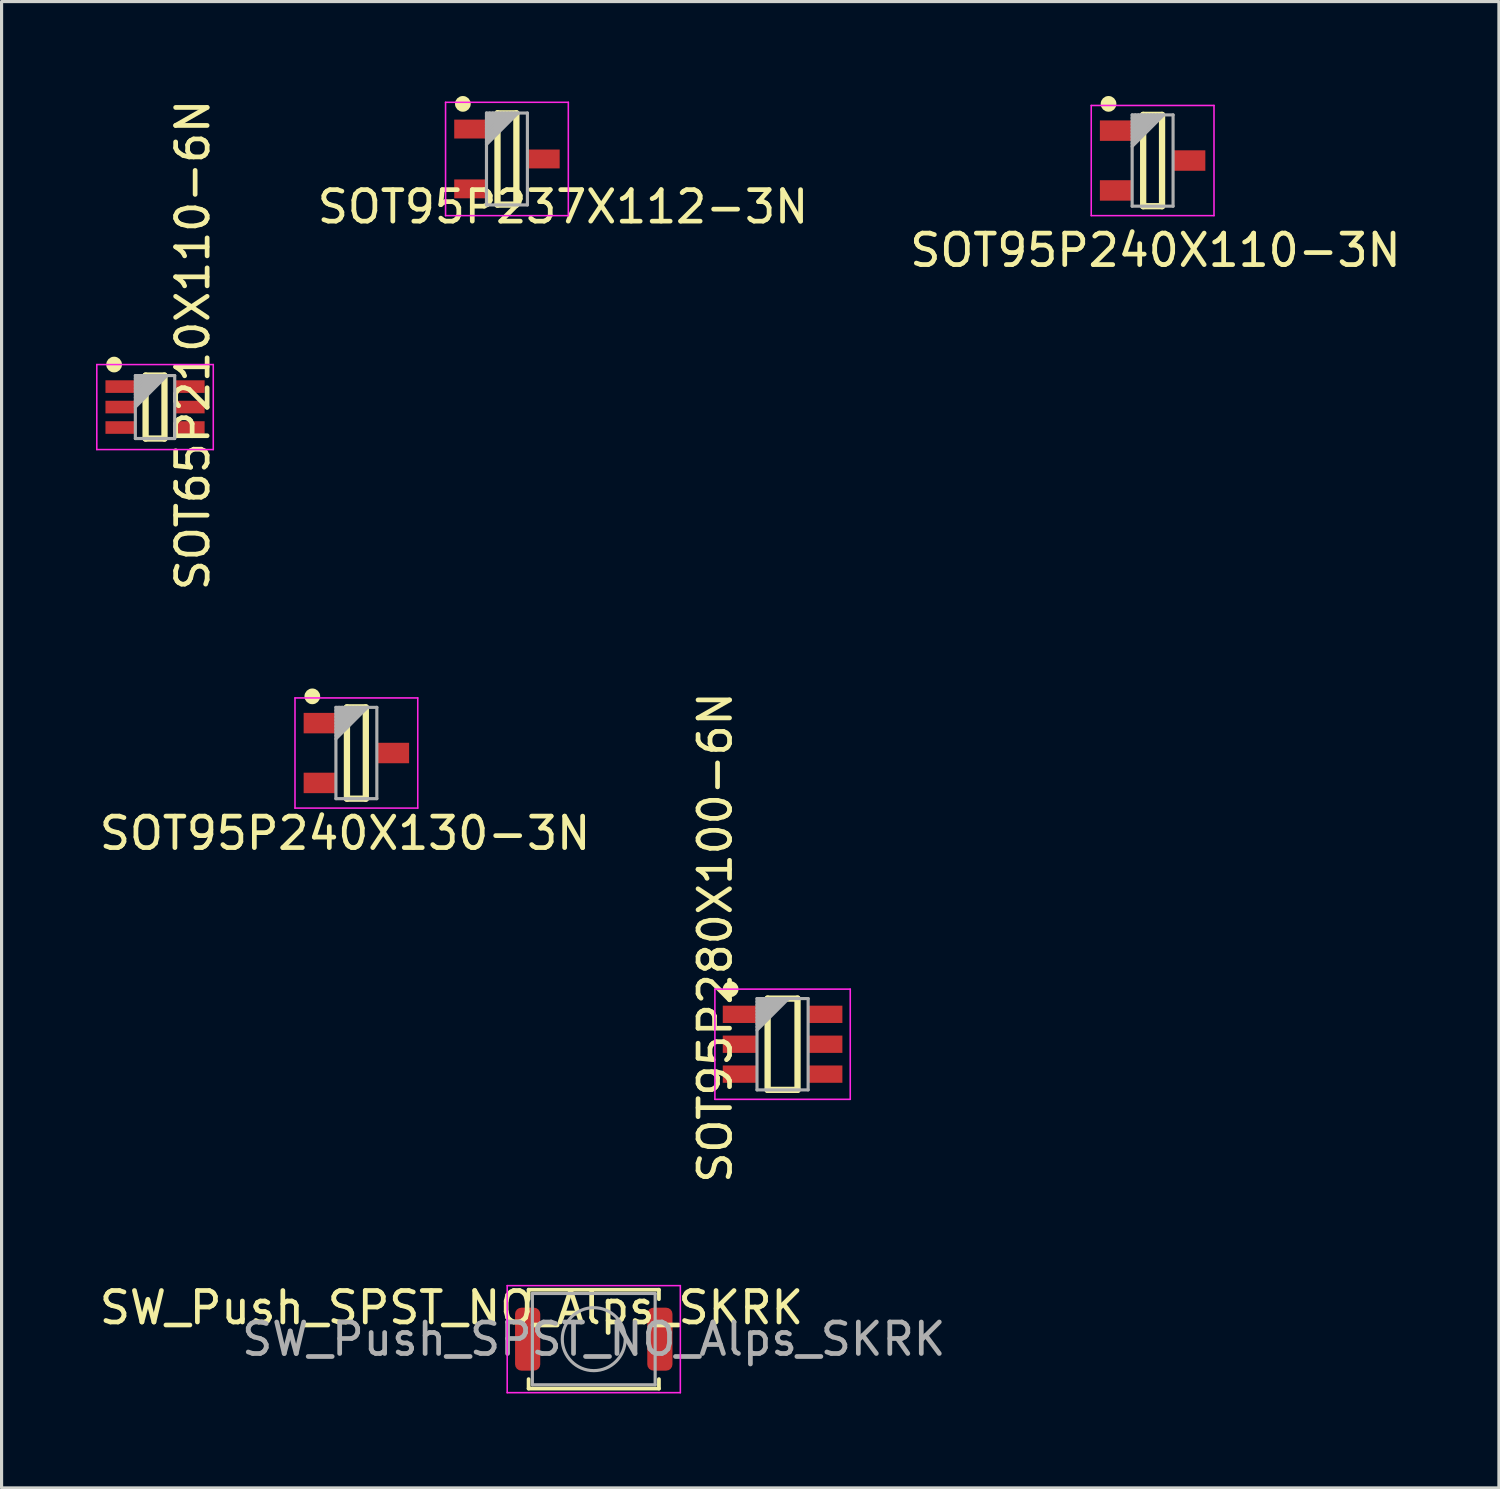
<source format=kicad_pcb>
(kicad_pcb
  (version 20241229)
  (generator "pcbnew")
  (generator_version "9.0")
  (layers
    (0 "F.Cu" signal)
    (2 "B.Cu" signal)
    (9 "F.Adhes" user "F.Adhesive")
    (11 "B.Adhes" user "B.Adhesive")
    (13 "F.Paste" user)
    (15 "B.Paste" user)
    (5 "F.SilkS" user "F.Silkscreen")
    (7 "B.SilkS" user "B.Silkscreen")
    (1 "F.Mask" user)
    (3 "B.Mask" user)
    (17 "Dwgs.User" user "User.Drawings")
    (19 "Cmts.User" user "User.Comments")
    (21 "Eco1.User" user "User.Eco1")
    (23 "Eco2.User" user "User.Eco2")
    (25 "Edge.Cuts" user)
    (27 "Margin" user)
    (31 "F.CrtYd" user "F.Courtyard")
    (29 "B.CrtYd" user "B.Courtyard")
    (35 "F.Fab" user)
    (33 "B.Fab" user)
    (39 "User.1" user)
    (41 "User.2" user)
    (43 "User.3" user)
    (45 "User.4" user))
  (footprint "SOT95P280X100-6N"
    (layer "F.Cu")
    (at 21.81 30.122)
    (property "Reference" "SOT95P280X100-6N" (at -2.14 -3.39 90) (layer "F.SilkS") (effects (font (size 1 1) (thickness 0.15))))
    (attr smd)
    (fp_line (start -0.475 -1.45) (end 0.475 -1.45) (stroke (width 0.2) (type solid)) (layer "F.SilkS"))
    (fp_line (start -0.475 1.45) (end -0.475 -1.45) (stroke (width 0.2) (type solid)) (layer "F.SilkS"))
    (fp_line (start -0.475 1.45) (end 0.475 1.45) (stroke (width 0.2) (type solid)) (layer "F.SilkS"))
    (fp_line (start 0.475 1.45) (end 0.475 -1.45) (stroke (width 0.2) (type solid)) (layer "F.SilkS"))
    (fp_circle (center -1.65 -1.75) (end -1.525 -1.75) (stroke (width 0.25) (type solid)) (fill no) (layer "F.SilkS"))
    (fp_line (start -2.15 -1.75) (end 2.15 -1.75) (stroke (width 0.05) (type solid)) (layer "F.CrtYd"))
    (fp_line (start -2.15 1.75) (end -2.15 -1.75) (stroke (width 0.05) (type solid)) (layer "F.CrtYd"))
    (fp_line (start -2.15 1.75) (end 2.15 1.75) (stroke (width 0.05) (type solid)) (layer "F.CrtYd"))
    (fp_line (start 2.15 1.75) (end 2.15 -1.75) (stroke (width 0.05) (type solid)) (layer "F.CrtYd"))
    (fp_line (start -0.812 -1.45) (end 0.812 -1.45) (stroke (width 0.1) (type solid)) (layer "F.Fab"))
    (fp_line (start -0.812 -1.35) (end -0.712 -1.45) (stroke (width 0.1) (type solid)) (layer "F.Fab"))
    (fp_line (start -0.812 -1.25) (end -0.612 -1.45) (stroke (width 0.1) (type solid)) (layer "F.Fab"))
    (fp_line (start -0.812 -1.15) (end -0.512 -1.45) (stroke (width 0.1) (type solid)) (layer "F.Fab"))
    (fp_line (start -0.812 -1.05) (end -0.412 -1.45) (stroke (width 0.1) (type solid)) (layer "F.Fab"))
    (fp_line (start -0.812 -0.95) (end -0.312 -1.45) (stroke (width 0.1) (type solid)) (layer "F.Fab"))
    (fp_line (start -0.812 -0.85) (end -0.212 -1.45) (stroke (width 0.1) (type solid)) (layer "F.Fab"))
    (fp_line (start -0.812 -0.75) (end -0.112 -1.45) (stroke (width 0.1) (type solid)) (layer "F.Fab"))
    (fp_line (start -0.812 -0.65) (end -0.012 -1.45) (stroke (width 0.1) (type solid)) (layer "F.Fab"))
    (fp_line (start -0.812 -0.55) (end 0.088 -1.45) (stroke (width 0.1) (type solid)) (layer "F.Fab"))
    (fp_line (start -0.812 -0.45) (end 0.188 -1.45) (stroke (width 0.1) (type solid)) (layer "F.Fab"))
    (fp_line (start -0.812 1.45) (end -0.812 -1.45) (stroke (width 0.1) (type solid)) (layer "F.Fab"))
    (fp_line (start -0.812 1.45) (end 0.812 1.45) (stroke (width 0.1) (type solid)) (layer "F.Fab"))
    (fp_line (start 0.812 1.45) (end 0.812 -1.45) (stroke (width 0.1) (type solid)) (layer "F.Fab"))
    (pad "1" smd rect (at -1.35 -0.95) (size 1.1 0.55) (layers "F.Cu" "F.Mask" "F.Paste"))
    (pad "2" smd rect (at -1.35 0) (size 1.1 0.55) (layers "F.Cu" "F.Mask" "F.Paste"))
    (pad "3" smd rect (at -1.35 0.95) (size 1.1 0.55) (layers "F.Cu" "F.Mask" "F.Paste"))
    (pad "4" smd rect (at 1.35 0.95) (size 1.1 0.55) (layers "F.Cu" "F.Mask" "F.Paste"))
    (pad "5" smd rect (at 1.35 0) (size 1.1 0.55) (layers "F.Cu" "F.Mask" "F.Paste"))
    (pad "6" smd rect (at 1.35 -0.95) (size 1.1 0.55) (layers "F.Cu" "F.Mask" "F.Paste")))
  (footprint "SW_Push_SPST_NO_Alps_SKRK"
    (layer "F.Cu")
    (at 15.812 39.491)
    (property "Reference" "SW_Push_SPST_NO_Alps_SKRK" (at -4.52 -1 180) (layer "F.SilkS") (effects (font (size 1 1) (thickness 0.15))))
    (attr smd)
    (fp_line (start -2.07 -1.57) (end 2.07 -1.57) (stroke (width 0.12) (type solid)) (layer "F.SilkS"))
    (fp_line (start -2.07 -1.27) (end -2.07 -1.57) (stroke (width 0.12) (type solid)) (layer "F.SilkS"))
    (fp_line (start -2.07 1.57) (end -2.07 1.27) (stroke (width 0.12) (type solid)) (layer "F.SilkS"))
    (fp_line (start 2.07 -1.57) (end 2.07 -1.27) (stroke (width 0.12) (type solid)) (layer "F.SilkS"))
    (fp_line (start 2.07 1.27) (end 2.07 1.57) (stroke (width 0.12) (type solid)) (layer "F.SilkS"))
    (fp_line (start 2.07 1.57) (end -2.07 1.57) (stroke (width 0.12) (type solid)) (layer "F.SilkS"))
    (fp_line (start -2.75 -1.7) (end 2.75 -1.7) (stroke (width 0.05) (type solid)) (layer "F.CrtYd"))
    (fp_line (start -2.75 1.7) (end -2.75 -1.7) (stroke (width 0.05) (type solid)) (layer "F.CrtYd"))
    (fp_line (start 2.75 -1.7) (end 2.75 1.7) (stroke (width 0.05) (type solid)) (layer "F.CrtYd"))
    (fp_line (start 2.75 1.7) (end -2.75 1.7) (stroke (width 0.05) (type solid)) (layer "F.CrtYd"))
    (fp_line (start -1.95 -1.45) (end 1.95 -1.45) (stroke (width 0.1) (type solid)) (layer "F.Fab"))
    (fp_line (start -1.95 1.45) (end -1.95 -1.45) (stroke (width 0.1) (type solid)) (layer "F.Fab"))
    (fp_line (start 1.95 -1.45) (end 1.95 1.45) (stroke (width 0.1) (type solid)) (layer "F.Fab"))
    (fp_line (start 1.95 1.45) (end -1.95 1.45) (stroke (width 0.1) (type solid)) (layer "F.Fab"))
    (fp_circle (center 0 0) (end 1 0) (stroke (width 0.1) (type solid)) (fill no) (layer "F.Fab"))
    (fp_text user "${REFERENCE}" (at 0 0 180) (layer "F.Fab") (effects (font (size 1 1) (thickness 0.15))))
    (pad "1" smd roundrect (at -2.1 0) (size 0.8 2) (layers "F.Cu" "F.Mask" "F.Paste") (roundrect_rratio 0.25))
    (pad "2" smd roundrect (at 2.1 0) (size 0.8 2) (layers "F.Cu" "F.Mask" "F.Paste") (roundrect_rratio 0.25)))
  (footprint "SOT95P240X130-3N"
    (layer "F.Cu")
    (at 8.271 20.871)
    (property "Reference" "SOT95P240X130-3N" (at -0.36 2.55 180) (layer "F.SilkS") (effects (font (size 1 1) (thickness 0.15))))
    (attr smd)
    (fp_line (start -0.3 -1.45) (end 0.3 -1.45) (stroke (width 0.2) (type solid)) (layer "F.SilkS"))
    (fp_line (start -0.3 1.45) (end -0.3 -1.45) (stroke (width 0.2) (type solid)) (layer "F.SilkS"))
    (fp_line (start -0.3 1.45) (end 0.3 1.45) (stroke (width 0.2) (type solid)) (layer "F.SilkS"))
    (fp_line (start 0.3 1.45) (end 0.3 -1.45) (stroke (width 0.2) (type solid)) (layer "F.SilkS"))
    (fp_circle (center -1.4 -1.8) (end -1.275 -1.8) (stroke (width 0.25) (type solid)) (fill no) (layer "F.SilkS"))
    (fp_line (start -1.95 -1.75) (end 1.95 -1.75) (stroke (width 0.05) (type solid)) (layer "F.CrtYd"))
    (fp_line (start -1.95 1.75) (end -1.95 -1.75) (stroke (width 0.05) (type solid)) (layer "F.CrtYd"))
    (fp_line (start -1.95 1.75) (end 1.95 1.75) (stroke (width 0.05) (type solid)) (layer "F.CrtYd"))
    (fp_line (start 1.95 1.75) (end 1.95 -1.75) (stroke (width 0.05) (type solid)) (layer "F.CrtYd"))
    (fp_line (start -0.65 -1.45) (end 0.65 -1.45) (stroke (width 0.1) (type solid)) (layer "F.Fab"))
    (fp_line (start -0.65 -1.35) (end -0.55 -1.45) (stroke (width 0.1) (type solid)) (layer "F.Fab"))
    (fp_line (start -0.65 -1.25) (end -0.45 -1.45) (stroke (width 0.1) (type solid)) (layer "F.Fab"))
    (fp_line (start -0.65 -1.15) (end -0.35 -1.45) (stroke (width 0.1) (type solid)) (layer "F.Fab"))
    (fp_line (start -0.65 -1.05) (end -0.25 -1.45) (stroke (width 0.1) (type solid)) (layer "F.Fab"))
    (fp_line (start -0.65 -0.95) (end -0.15 -1.45) (stroke (width 0.1) (type solid)) (layer "F.Fab"))
    (fp_line (start -0.65 -0.85) (end -0.05 -1.45) (stroke (width 0.1) (type solid)) (layer "F.Fab"))
    (fp_line (start -0.65 -0.75) (end 0.05 -1.45) (stroke (width 0.1) (type solid)) (layer "F.Fab"))
    (fp_line (start -0.65 -0.65) (end 0.15 -1.45) (stroke (width 0.1) (type solid)) (layer "F.Fab"))
    (fp_line (start -0.65 -0.55) (end 0.25 -1.45) (stroke (width 0.1) (type solid)) (layer "F.Fab"))
    (fp_line (start -0.65 -0.45) (end 0.35 -1.45) (stroke (width 0.1) (type solid)) (layer "F.Fab"))
    (fp_line (start -0.65 1.45) (end -0.65 -1.45) (stroke (width 0.1) (type solid)) (layer "F.Fab"))
    (fp_line (start -0.65 1.45) (end 0.65 1.45) (stroke (width 0.1) (type solid)) (layer "F.Fab"))
    (fp_line (start 0.65 1.45) (end 0.65 -1.45) (stroke (width 0.1) (type solid)) (layer "F.Fab"))
    (pad "1" smd rect (at -1.15 -0.95) (size 1.05 0.65) (layers "F.Cu" "F.Mask" "F.Paste"))
    (pad "2" smd rect (at -1.15 0.95) (size 1.05 0.65) (layers "F.Cu" "F.Mask" "F.Paste"))
    (pad "3" smd rect (at 1.15 0) (size 1.05 0.65) (layers "F.Cu" "F.Mask" "F.Paste")))
  (footprint "SOT65P210X110-6N"
    (layer "F.Cu")
    (at 1.875 9.881)
    (property "Reference" "SOT65P210X110-6N" (at 1.2 -1.97 270) (layer "F.SilkS") (effects (font (size 1 1) (thickness 0.15))))
    (attr smd)
    (fp_line (start -0.3 -1) (end 0.3 -1) (stroke (width 0.2) (type solid)) (layer "F.SilkS"))
    (fp_line (start -0.3 1) (end -0.3 -1) (stroke (width 0.2) (type solid)) (layer "F.SilkS"))
    (fp_line (start -0.3 1) (end 0.3 1) (stroke (width 0.2) (type solid)) (layer "F.SilkS"))
    (fp_line (start 0.3 1) (end 0.3 -1) (stroke (width 0.2) (type solid)) (layer "F.SilkS"))
    (fp_circle (center -1.3 -1.35) (end -1.175 -1.35) (stroke (width 0.25) (type solid)) (fill no) (layer "F.SilkS"))
    (fp_line (start -1.85 -1.35) (end 1.85 -1.35) (stroke (width 0.05) (type solid)) (layer "F.CrtYd"))
    (fp_line (start -1.85 1.35) (end -1.85 -1.35) (stroke (width 0.05) (type solid)) (layer "F.CrtYd"))
    (fp_line (start -1.85 1.35) (end 1.85 1.35) (stroke (width 0.05) (type solid)) (layer "F.CrtYd"))
    (fp_line (start 1.85 1.35) (end 1.85 -1.35) (stroke (width 0.05) (type solid)) (layer "F.CrtYd"))
    (fp_line (start -0.625 -1) (end 0.625 -1) (stroke (width 0.1) (type solid)) (layer "F.Fab"))
    (fp_line (start -0.625 -0.9) (end -0.525 -1) (stroke (width 0.1) (type solid)) (layer "F.Fab"))
    (fp_line (start -0.625 -0.8) (end -0.425 -1) (stroke (width 0.1) (type solid)) (layer "F.Fab"))
    (fp_line (start -0.625 -0.7) (end -0.325 -1) (stroke (width 0.1) (type solid)) (layer "F.Fab"))
    (fp_line (start -0.625 -0.6) (end -0.225 -1) (stroke (width 0.1) (type solid)) (layer "F.Fab"))
    (fp_line (start -0.625 -0.5) (end -0.125 -1) (stroke (width 0.1) (type solid)) (layer "F.Fab"))
    (fp_line (start -0.625 -0.4) (end -0.025 -1) (stroke (width 0.1) (type solid)) (layer "F.Fab"))
    (fp_line (start -0.625 -0.3) (end 0.075 -1) (stroke (width 0.1) (type solid)) (layer "F.Fab"))
    (fp_line (start -0.625 -0.2) (end 0.175 -1) (stroke (width 0.1) (type solid)) (layer "F.Fab"))
    (fp_line (start -0.625 -0.1) (end 0.275 -1) (stroke (width 0.1) (type solid)) (layer "F.Fab"))
    (fp_line (start -0.625 0) (end 0.375 -1) (stroke (width 0.1) (type solid)) (layer "F.Fab"))
    (fp_line (start -0.625 1) (end -0.625 -1) (stroke (width 0.1) (type solid)) (layer "F.Fab"))
    (fp_line (start -0.625 1) (end 0.625 1) (stroke (width 0.1) (type solid)) (layer "F.Fab"))
    (fp_line (start 0.625 1) (end 0.625 -1) (stroke (width 0.1) (type solid)) (layer "F.Fab"))
    (pad "1" smd rect (at -1.1 -0.65) (size 0.95 0.4) (layers "F.Cu" "F.Mask" "F.Paste"))
    (pad "2" smd rect (at -1.1 0) (size 0.95 0.4) (layers "F.Cu" "F.Mask" "F.Paste"))
    (pad "3" smd rect (at -1.1 0.65) (size 0.95 0.4) (layers "F.Cu" "F.Mask" "F.Paste"))
    (pad "4" smd rect (at 1.1 0.65) (size 0.95 0.4) (layers "F.Cu" "F.Mask" "F.Paste"))
    (pad "5" smd rect (at 1.1 0) (size 0.95 0.4) (layers "F.Cu" "F.Mask" "F.Paste"))
    (pad "6" smd rect (at 1.1 -0.65) (size 0.95 0.4) (layers "F.Cu" "F.Mask" "F.Paste")))
  (footprint "SOT95P240X110-3N"
    (layer "F.Cu")
    (at 33.565 2.05)
    (property "Reference" "SOT95P240X110-3N" (at 0.09 2.85 0) (layer "F.SilkS") (effects (font (size 1 1) (thickness 0.15))))
    (attr smd)
    (fp_line (start -0.3 -1.45) (end 0.3 -1.45) (stroke (width 0.2) (type solid)) (layer "F.SilkS"))
    (fp_line (start -0.3 1.45) (end -0.3 -1.45) (stroke (width 0.2) (type solid)) (layer "F.SilkS"))
    (fp_line (start -0.3 1.45) (end 0.3 1.45) (stroke (width 0.2) (type solid)) (layer "F.SilkS"))
    (fp_line (start 0.3 1.45) (end 0.3 -1.45) (stroke (width 0.2) (type solid)) (layer "F.SilkS"))
    (fp_circle (center -1.4 -1.8) (end -1.275 -1.8) (stroke (width 0.25) (type solid)) (fill no) (layer "F.SilkS"))
    (fp_line (start -1.95 -1.75) (end 1.95 -1.75) (stroke (width 0.05) (type solid)) (layer "F.CrtYd"))
    (fp_line (start -1.95 1.75) (end -1.95 -1.75) (stroke (width 0.05) (type solid)) (layer "F.CrtYd"))
    (fp_line (start -1.95 1.75) (end 1.95 1.75) (stroke (width 0.05) (type solid)) (layer "F.CrtYd"))
    (fp_line (start 1.95 1.75) (end 1.95 -1.75) (stroke (width 0.05) (type solid)) (layer "F.CrtYd"))
    (fp_line (start -0.65 -1.45) (end 0.65 -1.45) (stroke (width 0.1) (type solid)) (layer "F.Fab"))
    (fp_line (start -0.65 -1.35) (end -0.55 -1.45) (stroke (width 0.1) (type solid)) (layer "F.Fab"))
    (fp_line (start -0.65 -1.25) (end -0.45 -1.45) (stroke (width 0.1) (type solid)) (layer "F.Fab"))
    (fp_line (start -0.65 -1.15) (end -0.35 -1.45) (stroke (width 0.1) (type solid)) (layer "F.Fab"))
    (fp_line (start -0.65 -1.05) (end -0.25 -1.45) (stroke (width 0.1) (type solid)) (layer "F.Fab"))
    (fp_line (start -0.65 -0.95) (end -0.15 -1.45) (stroke (width 0.1) (type solid)) (layer "F.Fab"))
    (fp_line (start -0.65 -0.85) (end -0.05 -1.45) (stroke (width 0.1) (type solid)) (layer "F.Fab"))
    (fp_line (start -0.65 -0.75) (end 0.05 -1.45) (stroke (width 0.1) (type solid)) (layer "F.Fab"))
    (fp_line (start -0.65 -0.65) (end 0.15 -1.45) (stroke (width 0.1) (type solid)) (layer "F.Fab"))
    (fp_line (start -0.65 -0.55) (end 0.25 -1.45) (stroke (width 0.1) (type solid)) (layer "F.Fab"))
    (fp_line (start -0.65 -0.45) (end 0.35 -1.45) (stroke (width 0.1) (type solid)) (layer "F.Fab"))
    (fp_line (start -0.65 1.45) (end -0.65 -1.45) (stroke (width 0.1) (type solid)) (layer "F.Fab"))
    (fp_line (start -0.65 1.45) (end 0.65 1.45) (stroke (width 0.1) (type solid)) (layer "F.Fab"))
    (fp_line (start 0.65 1.45) (end 0.65 -1.45) (stroke (width 0.1) (type solid)) (layer "F.Fab"))
    (pad "1" smd rect (at -1.15 -0.95) (size 1.05 0.65) (layers "F.Cu" "F.Mask" "F.Paste"))
    (pad "2" smd rect (at -1.15 0.95) (size 1.05 0.65) (layers "F.Cu" "F.Mask" "F.Paste"))
    (pad "3" smd rect (at 1.15 0) (size 1.05 0.65) (layers "F.Cu" "F.Mask" "F.Paste")))
  (footprint "SOT95P237X112-3N"
    (layer "F.Cu")
    (at 13.054 2)
    (property "Reference" "SOT95P237X112-3N" (at 1.78 1.52 0) (layer "F.SilkS") (effects (font (size 1 1) (thickness 0.15))))
    (attr smd)
    (fp_line (start -0.3 -1.45) (end 0.3 -1.45) (stroke (width 0.2) (type solid)) (layer "F.SilkS"))
    (fp_line (start -0.3 1.45) (end -0.3 -1.45) (stroke (width 0.2) (type solid)) (layer "F.SilkS"))
    (fp_line (start -0.3 1.45) (end 0.3 1.45) (stroke (width 0.2) (type solid)) (layer "F.SilkS"))
    (fp_line (start 0.3 1.45) (end 0.3 -1.45) (stroke (width 0.2) (type solid)) (layer "F.SilkS"))
    (fp_circle (center -1.4 -1.75) (end -1.275 -1.75) (stroke (width 0.25) (type solid)) (fill no) (layer "F.SilkS"))
    (fp_line (start -1.95 -1.8) (end 1.95 -1.8) (stroke (width 0.05) (type solid)) (layer "F.CrtYd"))
    (fp_line (start -1.95 1.8) (end -1.95 -1.8) (stroke (width 0.05) (type solid)) (layer "F.CrtYd"))
    (fp_line (start -1.95 1.8) (end 1.95 1.8) (stroke (width 0.05) (type solid)) (layer "F.CrtYd"))
    (fp_line (start 1.95 1.8) (end 1.95 -1.8) (stroke (width 0.05) (type solid)) (layer "F.CrtYd"))
    (fp_line (start -0.65 -1.46) (end 0.65 -1.46) (stroke (width 0.1) (type solid)) (layer "F.Fab"))
    (fp_line (start -0.65 -1.36) (end -0.55 -1.46) (stroke (width 0.1) (type solid)) (layer "F.Fab"))
    (fp_line (start -0.65 -1.26) (end -0.45 -1.46) (stroke (width 0.1) (type solid)) (layer "F.Fab"))
    (fp_line (start -0.65 -1.16) (end -0.35 -1.46) (stroke (width 0.1) (type solid)) (layer "F.Fab"))
    (fp_line (start -0.65 -1.06) (end -0.25 -1.46) (stroke (width 0.1) (type solid)) (layer "F.Fab"))
    (fp_line (start -0.65 -0.96) (end -0.15 -1.46) (stroke (width 0.1) (type solid)) (layer "F.Fab"))
    (fp_line (start -0.65 -0.86) (end -0.05 -1.46) (stroke (width 0.1) (type solid)) (layer "F.Fab"))
    (fp_line (start -0.65 -0.76) (end 0.05 -1.46) (stroke (width 0.1) (type solid)) (layer "F.Fab"))
    (fp_line (start -0.65 -0.66) (end 0.15 -1.46) (stroke (width 0.1) (type solid)) (layer "F.Fab"))
    (fp_line (start -0.65 -0.56) (end 0.25 -1.46) (stroke (width 0.1) (type solid)) (layer "F.Fab"))
    (fp_line (start -0.65 -0.46) (end 0.35 -1.46) (stroke (width 0.1) (type solid)) (layer "F.Fab"))
    (fp_line (start -0.65 1.46) (end -0.65 -1.46) (stroke (width 0.1) (type solid)) (layer "F.Fab"))
    (fp_line (start -0.65 1.46) (end 0.65 1.46) (stroke (width 0.1) (type solid)) (layer "F.Fab"))
    (fp_line (start 0.65 1.46) (end 0.65 -1.46) (stroke (width 0.1) (type solid)) (layer "F.Fab"))
    (pad "1" smd rect (at -1.15 -0.95) (size 1.05 0.6) (layers "F.Cu" "F.Mask" "F.Paste"))
    (pad "2" smd rect (at -1.15 0.95) (size 1.05 0.6) (layers "F.Cu" "F.Mask" "F.Paste"))
    (pad "3" smd rect (at 1.15 0) (size 1.05 0.6) (layers "F.Cu" "F.Mask" "F.Paste")))
  (gr_rect
    (start -3 -3)
    (end 44.566 44.216)
    (stroke (width 0.1) (type default))
    (fill no)
    (layer "Edge.Cuts")))
</source>
